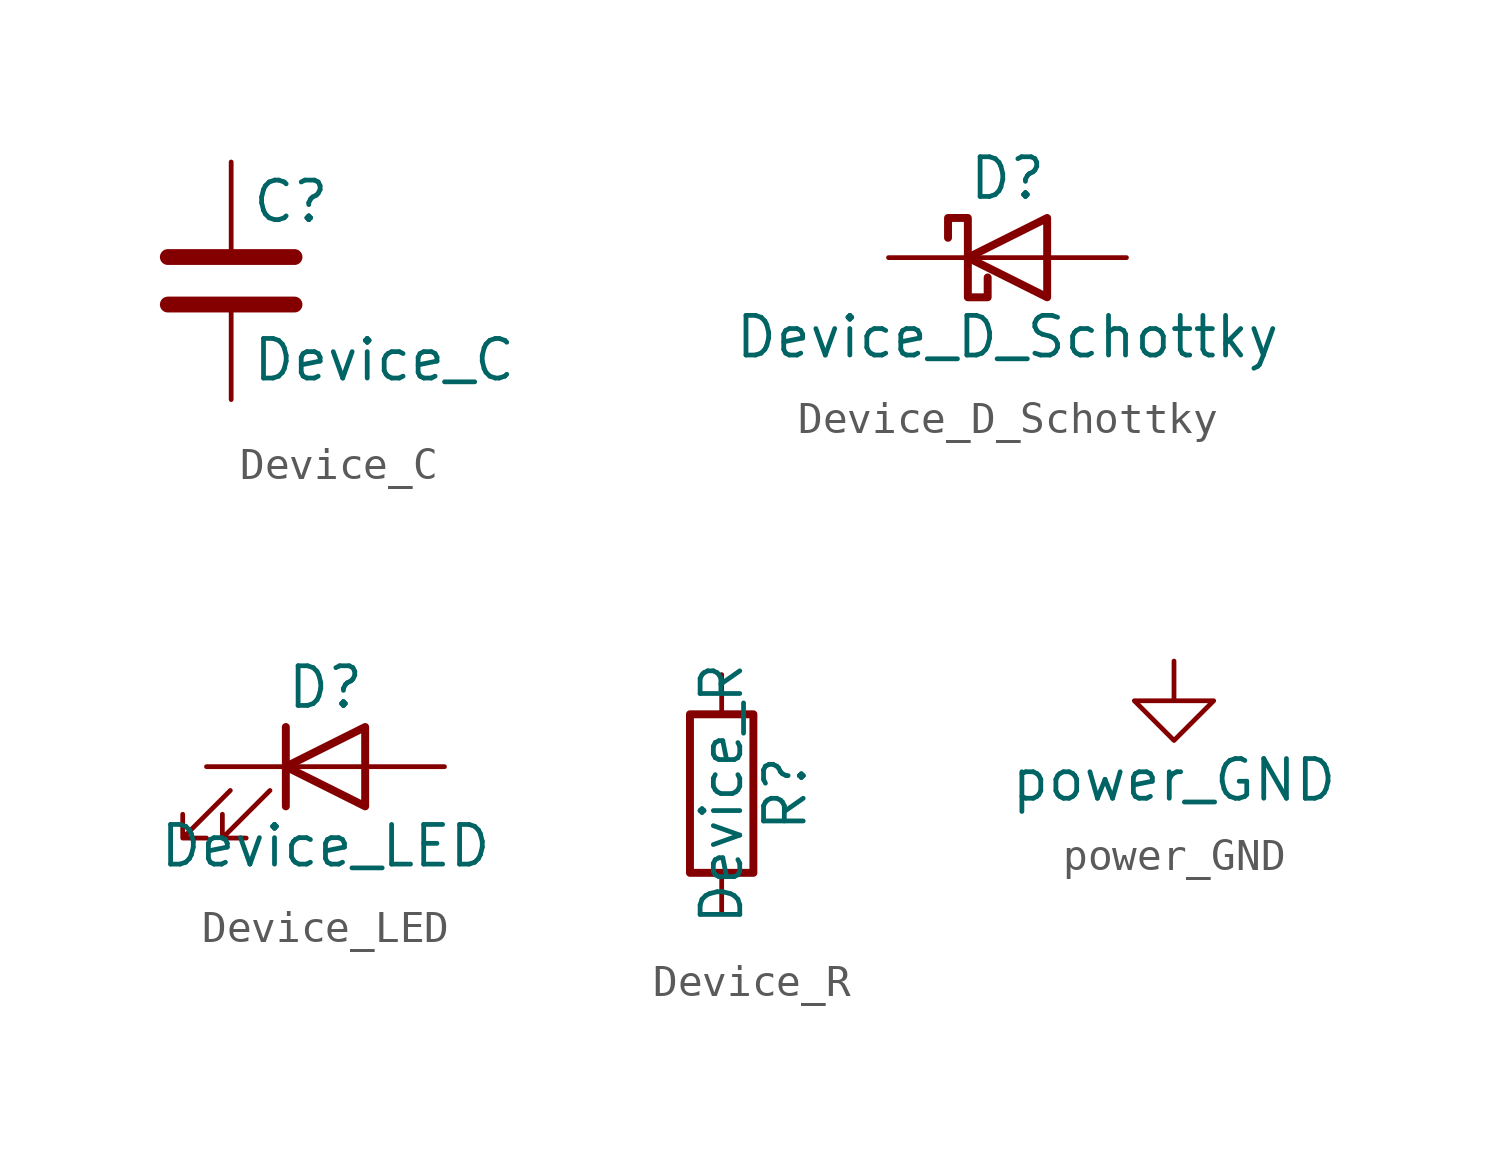
<source format=kicad_sym>
(kicad_symbol_lib
  (version 20210619)
  (generator kicad_symbol_editor)
  (symbol "Device_C"
    (pin_numbers hide)
    (pin_names
      (offset 0.254))
    (property "Reference" "C"
      (at 0.635 2.54 0)
      (effects (font (size 1.27 1.27)) (justify left)))
    (property "Value" "Device_C"
      (at 0.635 -2.54 0)
      (effects (font (size 1.27 1.27)) (justify left)))
    (symbol "Device_C_0_1"
      (polyline (pts (xy -2.032 -0.762) (xy 2.032 -0.762)) (stroke (width 0.508)) (fill (type none)))
      (polyline (pts (xy -2.032 0.762) (xy 2.032 0.762)) (stroke (width 0.508)) (fill (type none))))
    (symbol "Device_C_1_1"
      (pin passive line (at 0 3.81 270) (length 2.794) (name "~" (effects (font (size 1.27 1.27)))) (number "1" (effects (font (size 1.27 1.27)))))
      (pin passive line (at 0 -3.81 90) (length 2.794) (name "~" (effects (font (size 1.27 1.27)))) (number "2" (effects (font (size 1.27 1.27)))))))
  (symbol "Device_D_Schottky"
    (pin_numbers hide)
    (pin_names
      (offset 1.016) hide)
    (property "Reference" "D"
      (at 0 2.54 0)
      (effects (font (size 1.27 1.27))))
    (property "Value" "Device_D_Schottky"
      (at 0 -2.54 0)
      (effects (font (size 1.27 1.27))))
    (symbol "Device_D_Schottky_0_1"
      (polyline (pts (xy 1.27 0) (xy -1.27 0)) (stroke (width 0)) (fill (type none)))
      (polyline (pts (xy 1.27 1.27) (xy 1.27 -1.27) (xy -1.27 0) (xy 1.27 1.27)) (stroke (width 0.254)) (fill (type none)))
      (polyline (pts (xy -1.905 0.635) (xy -1.905 1.27) (xy -1.27 1.27) (xy -1.27 -1.27) (xy -0.635 -1.27) (xy -0.635 -0.635)) (stroke (width 0.254)) (fill (type none))))
    (symbol "Device_D_Schottky_1_1"
      (pin passive line (at -3.81 0 0) (length 2.54) (name "K" (effects (font (size 1.27 1.27)))) (number "1" (effects (font (size 1.27 1.27)))))
      (pin passive line (at 3.81 0 180) (length 2.54) (name "A" (effects (font (size 1.27 1.27)))) (number "2" (effects (font (size 1.27 1.27)))))))
  (symbol "Device_LED"
    (pin_numbers hide)
    (pin_names
      (offset 1.016) hide)
    (property "Reference" "D"
      (at 0 2.54 0)
      (effects (font (size 1.27 1.27))))
    (property "Value" "Device_LED"
      (at 0 -2.54 0)
      (effects (font (size 1.27 1.27))))
    (symbol "Device_LED_0_1"
      (polyline (pts (xy -1.27 -1.27) (xy -1.27 1.27)) (stroke (width 0.254)) (fill (type none)))
      (polyline (pts (xy -1.27 0) (xy 1.27 0)) (stroke (width 0)) (fill (type none)))
      (polyline (pts (xy 1.27 -1.27) (xy 1.27 1.27) (xy -1.27 0) (xy 1.27 -1.27)) (stroke (width 0.254)) (fill (type none)))
      (polyline (pts (xy -3.048 -0.762) (xy -4.572 -2.286) (xy -3.81 -2.286) (xy -4.572 -2.286) (xy -4.572 -1.524)) (stroke (width 0)) (fill (type none)))
      (polyline (pts (xy -1.778 -0.762) (xy -3.302 -2.286) (xy -2.54 -2.286) (xy -3.302 -2.286) (xy -3.302 -1.524)) (stroke (width 0)) (fill (type none))))
    (symbol "Device_LED_1_1"
      (pin passive line (at -3.81 0 0) (length 2.54) (name "K" (effects (font (size 1.27 1.27)))) (number "1" (effects (font (size 1.27 1.27)))))
      (pin passive line (at 3.81 0 180) (length 2.54) (name "A" (effects (font (size 1.27 1.27)))) (number "2" (effects (font (size 1.27 1.27)))))))
  (symbol "Device_R"
    (pin_numbers hide)
    (pin_names
      (offset 0))
    (property "Reference" "R"
      (at 2.032 0 90)
      (effects (font (size 1.27 1.27))))
    (property "Value" "Device_R"
      (at 0 0 90)
      (effects (font (size 1.27 1.27))))
    (symbol "Device_R_0_1"
      (rectangle (start -1.016 -2.54) (end 1.016 2.54) (stroke (width 0.254)) (fill (type none))))
    (symbol "Device_R_1_1"
      (pin passive line (at 0 3.81 270) (length 1.27) (name "~" (effects (font (size 1.27 1.27)))) (number "1" (effects (font (size 1.27 1.27)))))
      (pin passive line (at 0 -3.81 90) (length 1.27) (name "~" (effects (font (size 1.27 1.27)))) (number "2" (effects (font (size 1.27 1.27)))))))
  (symbol "power_GND"
    (power)
    (pin_names
      (offset 0))
    (property "Reference" "#PWR"
      (at 0 -6.35 0)
      (effects (font (size 1.27 1.27)) hide))
    (property "Value" "power_GND"
      (at 0 -3.81 0)
      (effects (font (size 1.27 1.27))))
    (symbol "power_GND_0_1"
      (polyline (pts (xy 0 0) (xy 0 -1.27) (xy 1.27 -1.27) (xy 0 -2.54) (xy -1.27 -1.27) (xy 0 -1.27)) (stroke (width 0)) (fill (type none))))
    (symbol "power_GND_1_1"
      (pin power_in line (at 0 0 270) (length 0) hide (name "GND" (effects (font (size 1.27 1.27)))) (number "1" (effects (font (size 1.27 1.27))))))))
</source>
